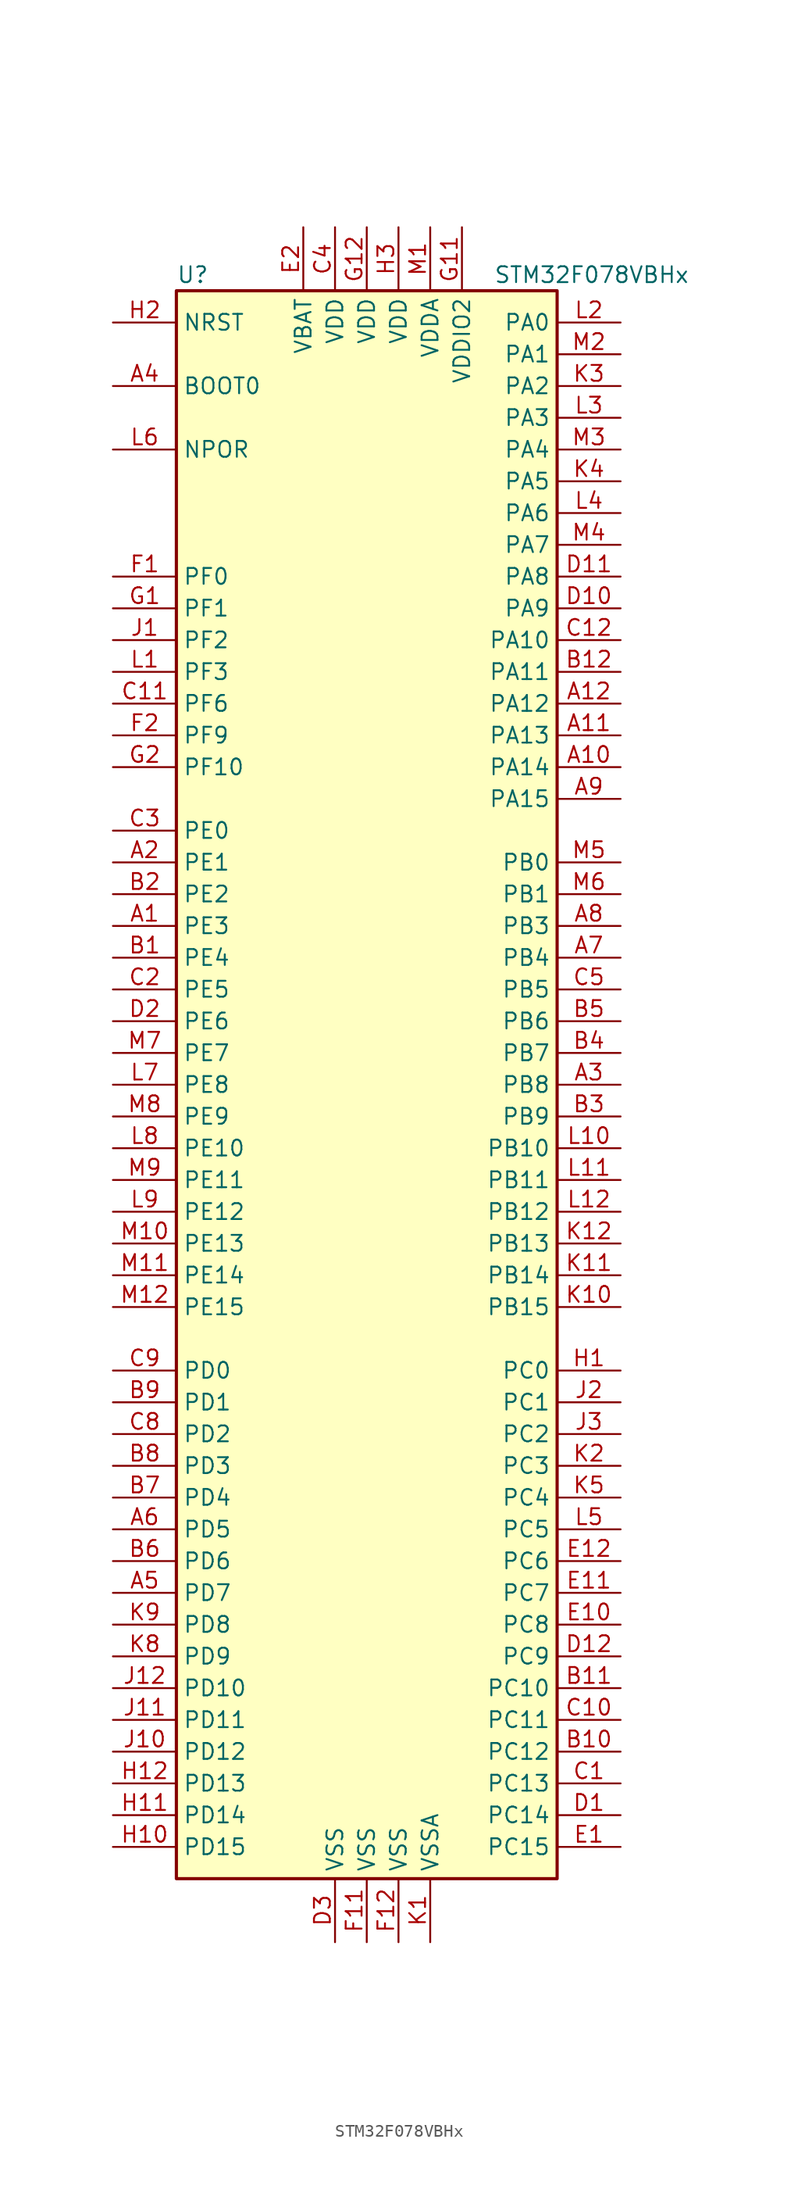
<source format=kicad_sym>
(kicad_symbol_lib
  (version 20201005)
  (generator kicad_symbol_editor)
  (symbol "STM32F078VBHx"
    (property "Reference" "U"
      (at -15.24 64.77 0)
      (effects (font (size 1.27 1.27)) (justify left)))
    (property "Value" "STM32F078VBHx"
      (at 10.16 64.77 0)
      (effects (font (size 1.27 1.27)) (justify left)))
    (symbol "STM32F078VBHx_0_1"
      (rectangle (start -15.24 -63.5) (end 15.24 63.5) (stroke (width 0.254)) (fill (type background))))
    (symbol "STM32F078VBHx_1_1"
      (pin bidirectional line (at -20.32 12.7 0) (length 5.08) (name "PE3" (effects (font (size 1.27 1.27)))) (number "A1" (effects (font (size 1.27 1.27)))))
      (pin bidirectional line (at 20.32 25.4 180) (length 5.08) (name "PA14" (effects (font (size 1.27 1.27)))) (number "A10" (effects (font (size 1.27 1.27)))))
      (pin bidirectional line (at 20.32 27.94 180) (length 5.08) (name "PA13" (effects (font (size 1.27 1.27)))) (number "A11" (effects (font (size 1.27 1.27)))))
      (pin bidirectional line (at 20.32 30.48 180) (length 5.08) (name "PA12" (effects (font (size 1.27 1.27)))) (number "A12" (effects (font (size 1.27 1.27)))))
      (pin bidirectional line (at -20.32 17.78 0) (length 5.08) (name "PE1" (effects (font (size 1.27 1.27)))) (number "A2" (effects (font (size 1.27 1.27)))))
      (pin bidirectional line (at 20.32 0 180) (length 5.08) (name "PB8" (effects (font (size 1.27 1.27)))) (number "A3" (effects (font (size 1.27 1.27)))))
      (pin input line (at -20.32 55.88 0) (length 5.08) (name "BOOT0" (effects (font (size 1.27 1.27)))) (number "A4" (effects (font (size 1.27 1.27)))))
      (pin bidirectional line (at -20.32 -40.64 0) (length 5.08) (name "PD7" (effects (font (size 1.27 1.27)))) (number "A5" (effects (font (size 1.27 1.27)))))
      (pin bidirectional line (at -20.32 -35.56 0) (length 5.08) (name "PD5" (effects (font (size 1.27 1.27)))) (number "A6" (effects (font (size 1.27 1.27)))))
      (pin bidirectional line (at 20.32 10.16 180) (length 5.08) (name "PB4" (effects (font (size 1.27 1.27)))) (number "A7" (effects (font (size 1.27 1.27)))))
      (pin bidirectional line (at 20.32 12.7 180) (length 5.08) (name "PB3" (effects (font (size 1.27 1.27)))) (number "A8" (effects (font (size 1.27 1.27)))))
      (pin bidirectional line (at 20.32 22.86 180) (length 5.08) (name "PA15" (effects (font (size 1.27 1.27)))) (number "A9" (effects (font (size 1.27 1.27)))))
      (pin bidirectional line (at -20.32 10.16 0) (length 5.08) (name "PE4" (effects (font (size 1.27 1.27)))) (number "B1" (effects (font (size 1.27 1.27)))))
      (pin bidirectional line (at 20.32 -53.34 180) (length 5.08) (name "PC12" (effects (font (size 1.27 1.27)))) (number "B10" (effects (font (size 1.27 1.27)))))
      (pin bidirectional line (at 20.32 -48.26 180) (length 5.08) (name "PC10" (effects (font (size 1.27 1.27)))) (number "B11" (effects (font (size 1.27 1.27)))))
      (pin bidirectional line (at 20.32 33.02 180) (length 5.08) (name "PA11" (effects (font (size 1.27 1.27)))) (number "B12" (effects (font (size 1.27 1.27)))))
      (pin bidirectional line (at -20.32 15.24 0) (length 5.08) (name "PE2" (effects (font (size 1.27 1.27)))) (number "B2" (effects (font (size 1.27 1.27)))))
      (pin bidirectional line (at 20.32 -2.54 180) (length 5.08) (name "PB9" (effects (font (size 1.27 1.27)))) (number "B3" (effects (font (size 1.27 1.27)))))
      (pin bidirectional line (at 20.32 2.54 180) (length 5.08) (name "PB7" (effects (font (size 1.27 1.27)))) (number "B4" (effects (font (size 1.27 1.27)))))
      (pin bidirectional line (at 20.32 5.08 180) (length 5.08) (name "PB6" (effects (font (size 1.27 1.27)))) (number "B5" (effects (font (size 1.27 1.27)))))
      (pin bidirectional line (at -20.32 -38.1 0) (length 5.08) (name "PD6" (effects (font (size 1.27 1.27)))) (number "B6" (effects (font (size 1.27 1.27)))))
      (pin bidirectional line (at -20.32 -33.02 0) (length 5.08) (name "PD4" (effects (font (size 1.27 1.27)))) (number "B7" (effects (font (size 1.27 1.27)))))
      (pin bidirectional line (at -20.32 -30.48 0) (length 5.08) (name "PD3" (effects (font (size 1.27 1.27)))) (number "B8" (effects (font (size 1.27 1.27)))))
      (pin bidirectional line (at -20.32 -25.4 0) (length 5.08) (name "PD1" (effects (font (size 1.27 1.27)))) (number "B9" (effects (font (size 1.27 1.27)))))
      (pin bidirectional line (at 20.32 -55.88 180) (length 5.08) (name "PC13" (effects (font (size 1.27 1.27)))) (number "C1" (effects (font (size 1.27 1.27)))))
      (pin bidirectional line (at 20.32 -50.8 180) (length 5.08) (name "PC11" (effects (font (size 1.27 1.27)))) (number "C10" (effects (font (size 1.27 1.27)))))
      (pin bidirectional line (at -20.32 30.48 0) (length 5.08) (name "PF6" (effects (font (size 1.27 1.27)))) (number "C11" (effects (font (size 1.27 1.27)))))
      (pin bidirectional line (at 20.32 35.56 180) (length 5.08) (name "PA10" (effects (font (size 1.27 1.27)))) (number "C12" (effects (font (size 1.27 1.27)))))
      (pin bidirectional line (at -20.32 7.62 0) (length 5.08) (name "PE5" (effects (font (size 1.27 1.27)))) (number "C2" (effects (font (size 1.27 1.27)))))
      (pin bidirectional line (at -20.32 20.32 0) (length 5.08) (name "PE0" (effects (font (size 1.27 1.27)))) (number "C3" (effects (font (size 1.27 1.27)))))
      (pin power_in line (at -2.54 68.58 270) (length 5.08) (name "VDD" (effects (font (size 1.27 1.27)))) (number "C4" (effects (font (size 1.27 1.27)))))
      (pin bidirectional line (at 20.32 7.62 180) (length 5.08) (name "PB5" (effects (font (size 1.27 1.27)))) (number "C5" (effects (font (size 1.27 1.27)))))
      (pin bidirectional line (at -20.32 -27.94 0) (length 5.08) (name "PD2" (effects (font (size 1.27 1.27)))) (number "C8" (effects (font (size 1.27 1.27)))))
      (pin bidirectional line (at -20.32 -22.86 0) (length 5.08) (name "PD0" (effects (font (size 1.27 1.27)))) (number "C9" (effects (font (size 1.27 1.27)))))
      (pin bidirectional line (at 20.32 -58.42 180) (length 5.08) (name "PC14" (effects (font (size 1.27 1.27)))) (number "D1" (effects (font (size 1.27 1.27)))))
      (pin bidirectional line (at 20.32 38.1 180) (length 5.08) (name "PA9" (effects (font (size 1.27 1.27)))) (number "D10" (effects (font (size 1.27 1.27)))))
      (pin bidirectional line (at 20.32 40.64 180) (length 5.08) (name "PA8" (effects (font (size 1.27 1.27)))) (number "D11" (effects (font (size 1.27 1.27)))))
      (pin bidirectional line (at 20.32 -45.72 180) (length 5.08) (name "PC9" (effects (font (size 1.27 1.27)))) (number "D12" (effects (font (size 1.27 1.27)))))
      (pin bidirectional line (at -20.32 5.08 0) (length 5.08) (name "PE6" (effects (font (size 1.27 1.27)))) (number "D2" (effects (font (size 1.27 1.27)))))
      (pin power_in line (at -2.54 -68.58 90) (length 5.08) (name "VSS" (effects (font (size 1.27 1.27)))) (number "D3" (effects (font (size 1.27 1.27)))))
      (pin bidirectional line (at 20.32 -60.96 180) (length 5.08) (name "PC15" (effects (font (size 1.27 1.27)))) (number "E1" (effects (font (size 1.27 1.27)))))
      (pin bidirectional line (at 20.32 -43.18 180) (length 5.08) (name "PC8" (effects (font (size 1.27 1.27)))) (number "E10" (effects (font (size 1.27 1.27)))))
      (pin bidirectional line (at 20.32 -40.64 180) (length 5.08) (name "PC7" (effects (font (size 1.27 1.27)))) (number "E11" (effects (font (size 1.27 1.27)))))
      (pin bidirectional line (at 20.32 -38.1 180) (length 5.08) (name "PC6" (effects (font (size 1.27 1.27)))) (number "E12" (effects (font (size 1.27 1.27)))))
      (pin power_in line (at -5.08 68.58 270) (length 5.08) (name "VBAT" (effects (font (size 1.27 1.27)))) (number "E2" (effects (font (size 1.27 1.27)))))
      (pin no_connect line (at -15.24 -60.96 0) (length 5.08) hide (name "NC" (effects (font (size 1.27 1.27)))) (number "E3" (effects (font (size 1.27 1.27)))))
      (pin input line (at -20.32 40.64 0) (length 5.08) (name "PF0" (effects (font (size 1.27 1.27)))) (number "F1" (effects (font (size 1.27 1.27)))))
      (pin power_in line (at 0 -68.58 90) (length 5.08) (name "VSS" (effects (font (size 1.27 1.27)))) (number "F11" (effects (font (size 1.27 1.27)))))
      (pin power_in line (at 2.54 -68.58 90) (length 5.08) (name "VSS" (effects (font (size 1.27 1.27)))) (number "F12" (effects (font (size 1.27 1.27)))))
      (pin bidirectional line (at -20.32 27.94 0) (length 5.08) (name "PF9" (effects (font (size 1.27 1.27)))) (number "F2" (effects (font (size 1.27 1.27)))))
      (pin input line (at -20.32 38.1 0) (length 5.08) (name "PF1" (effects (font (size 1.27 1.27)))) (number "G1" (effects (font (size 1.27 1.27)))))
      (pin power_in line (at 7.62 68.58 270) (length 5.08) (name "VDDIO2" (effects (font (size 1.27 1.27)))) (number "G11" (effects (font (size 1.27 1.27)))))
      (pin power_in line (at 0 68.58 270) (length 5.08) (name "VDD" (effects (font (size 1.27 1.27)))) (number "G12" (effects (font (size 1.27 1.27)))))
      (pin bidirectional line (at -20.32 25.4 0) (length 5.08) (name "PF10" (effects (font (size 1.27 1.27)))) (number "G2" (effects (font (size 1.27 1.27)))))
      (pin bidirectional line (at 20.32 -22.86 180) (length 5.08) (name "PC0" (effects (font (size 1.27 1.27)))) (number "H1" (effects (font (size 1.27 1.27)))))
      (pin bidirectional line (at -20.32 -60.96 0) (length 5.08) (name "PD15" (effects (font (size 1.27 1.27)))) (number "H10" (effects (font (size 1.27 1.27)))))
      (pin bidirectional line (at -20.32 -58.42 0) (length 5.08) (name "PD14" (effects (font (size 1.27 1.27)))) (number "H11" (effects (font (size 1.27 1.27)))))
      (pin bidirectional line (at -20.32 -55.88 0) (length 5.08) (name "PD13" (effects (font (size 1.27 1.27)))) (number "H12" (effects (font (size 1.27 1.27)))))
      (pin input line (at -20.32 60.96 0) (length 5.08) (name "NRST" (effects (font (size 1.27 1.27)))) (number "H2" (effects (font (size 1.27 1.27)))))
      (pin power_in line (at 2.54 68.58 270) (length 5.08) (name "VDD" (effects (font (size 1.27 1.27)))) (number "H3" (effects (font (size 1.27 1.27)))))
      (pin bidirectional line (at -20.32 35.56 0) (length 5.08) (name "PF2" (effects (font (size 1.27 1.27)))) (number "J1" (effects (font (size 1.27 1.27)))))
      (pin bidirectional line (at -20.32 -53.34 0) (length 5.08) (name "PD12" (effects (font (size 1.27 1.27)))) (number "J10" (effects (font (size 1.27 1.27)))))
      (pin bidirectional line (at -20.32 -50.8 0) (length 5.08) (name "PD11" (effects (font (size 1.27 1.27)))) (number "J11" (effects (font (size 1.27 1.27)))))
      (pin bidirectional line (at -20.32 -48.26 0) (length 5.08) (name "PD10" (effects (font (size 1.27 1.27)))) (number "J12" (effects (font (size 1.27 1.27)))))
      (pin bidirectional line (at 20.32 -25.4 180) (length 5.08) (name "PC1" (effects (font (size 1.27 1.27)))) (number "J2" (effects (font (size 1.27 1.27)))))
      (pin bidirectional line (at 20.32 -27.94 180) (length 5.08) (name "PC2" (effects (font (size 1.27 1.27)))) (number "J3" (effects (font (size 1.27 1.27)))))
      (pin power_in line (at 5.08 -68.58 90) (length 5.08) (name "VSSA" (effects (font (size 1.27 1.27)))) (number "K1" (effects (font (size 1.27 1.27)))))
      (pin bidirectional line (at 20.32 -17.78 180) (length 5.08) (name "PB15" (effects (font (size 1.27 1.27)))) (number "K10" (effects (font (size 1.27 1.27)))))
      (pin bidirectional line (at 20.32 -15.24 180) (length 5.08) (name "PB14" (effects (font (size 1.27 1.27)))) (number "K11" (effects (font (size 1.27 1.27)))))
      (pin bidirectional line (at 20.32 -12.7 180) (length 5.08) (name "PB13" (effects (font (size 1.27 1.27)))) (number "K12" (effects (font (size 1.27 1.27)))))
      (pin bidirectional line (at 20.32 -30.48 180) (length 5.08) (name "PC3" (effects (font (size 1.27 1.27)))) (number "K2" (effects (font (size 1.27 1.27)))))
      (pin bidirectional line (at 20.32 55.88 180) (length 5.08) (name "PA2" (effects (font (size 1.27 1.27)))) (number "K3" (effects (font (size 1.27 1.27)))))
      (pin bidirectional line (at 20.32 48.26 180) (length 5.08) (name "PA5" (effects (font (size 1.27 1.27)))) (number "K4" (effects (font (size 1.27 1.27)))))
      (pin bidirectional line (at 20.32 -33.02 180) (length 5.08) (name "PC4" (effects (font (size 1.27 1.27)))) (number "K5" (effects (font (size 1.27 1.27)))))
      (pin bidirectional line (at -20.32 -45.72 0) (length 5.08) (name "PD9" (effects (font (size 1.27 1.27)))) (number "K8" (effects (font (size 1.27 1.27)))))
      (pin bidirectional line (at -20.32 -43.18 0) (length 5.08) (name "PD8" (effects (font (size 1.27 1.27)))) (number "K9" (effects (font (size 1.27 1.27)))))
      (pin bidirectional line (at -20.32 33.02 0) (length 5.08) (name "PF3" (effects (font (size 1.27 1.27)))) (number "L1" (effects (font (size 1.27 1.27)))))
      (pin bidirectional line (at 20.32 -5.08 180) (length 5.08) (name "PB10" (effects (font (size 1.27 1.27)))) (number "L10" (effects (font (size 1.27 1.27)))))
      (pin bidirectional line (at 20.32 -7.62 180) (length 5.08) (name "PB11" (effects (font (size 1.27 1.27)))) (number "L11" (effects (font (size 1.27 1.27)))))
      (pin bidirectional line (at 20.32 -10.16 180) (length 5.08) (name "PB12" (effects (font (size 1.27 1.27)))) (number "L12" (effects (font (size 1.27 1.27)))))
      (pin bidirectional line (at 20.32 60.96 180) (length 5.08) (name "PA0" (effects (font (size 1.27 1.27)))) (number "L2" (effects (font (size 1.27 1.27)))))
      (pin bidirectional line (at 20.32 53.34 180) (length 5.08) (name "PA3" (effects (font (size 1.27 1.27)))) (number "L3" (effects (font (size 1.27 1.27)))))
      (pin bidirectional line (at 20.32 45.72 180) (length 5.08) (name "PA6" (effects (font (size 1.27 1.27)))) (number "L4" (effects (font (size 1.27 1.27)))))
      (pin bidirectional line (at 20.32 -35.56 180) (length 5.08) (name "PC5" (effects (font (size 1.27 1.27)))) (number "L5" (effects (font (size 1.27 1.27)))))
      (pin power_in line (at -20.32 50.8 0) (length 5.08) (name "NPOR" (effects (font (size 1.27 1.27)))) (number "L6" (effects (font (size 1.27 1.27)))))
      (pin bidirectional line (at -20.32 0 0) (length 5.08) (name "PE8" (effects (font (size 1.27 1.27)))) (number "L7" (effects (font (size 1.27 1.27)))))
      (pin bidirectional line (at -20.32 -5.08 0) (length 5.08) (name "PE10" (effects (font (size 1.27 1.27)))) (number "L8" (effects (font (size 1.27 1.27)))))
      (pin bidirectional line (at -20.32 -10.16 0) (length 5.08) (name "PE12" (effects (font (size 1.27 1.27)))) (number "L9" (effects (font (size 1.27 1.27)))))
      (pin power_in line (at 5.08 68.58 270) (length 5.08) (name "VDDA" (effects (font (size 1.27 1.27)))) (number "M1" (effects (font (size 1.27 1.27)))))
      (pin bidirectional line (at -20.32 -12.7 0) (length 5.08) (name "PE13" (effects (font (size 1.27 1.27)))) (number "M10" (effects (font (size 1.27 1.27)))))
      (pin bidirectional line (at -20.32 -15.24 0) (length 5.08) (name "PE14" (effects (font (size 1.27 1.27)))) (number "M11" (effects (font (size 1.27 1.27)))))
      (pin bidirectional line (at -20.32 -17.78 0) (length 5.08) (name "PE15" (effects (font (size 1.27 1.27)))) (number "M12" (effects (font (size 1.27 1.27)))))
      (pin bidirectional line (at 20.32 58.42 180) (length 5.08) (name "PA1" (effects (font (size 1.27 1.27)))) (number "M2" (effects (font (size 1.27 1.27)))))
      (pin bidirectional line (at 20.32 50.8 180) (length 5.08) (name "PA4" (effects (font (size 1.27 1.27)))) (number "M3" (effects (font (size 1.27 1.27)))))
      (pin bidirectional line (at 20.32 43.18 180) (length 5.08) (name "PA7" (effects (font (size 1.27 1.27)))) (number "M4" (effects (font (size 1.27 1.27)))))
      (pin bidirectional line (at 20.32 17.78 180) (length 5.08) (name "PB0" (effects (font (size 1.27 1.27)))) (number "M5" (effects (font (size 1.27 1.27)))))
      (pin bidirectional line (at 20.32 15.24 180) (length 5.08) (name "PB1" (effects (font (size 1.27 1.27)))) (number "M6" (effects (font (size 1.27 1.27)))))
      (pin bidirectional line (at -20.32 2.54 0) (length 5.08) (name "PE7" (effects (font (size 1.27 1.27)))) (number "M7" (effects (font (size 1.27 1.27)))))
      (pin bidirectional line (at -20.32 -2.54 0) (length 5.08) (name "PE9" (effects (font (size 1.27 1.27)))) (number "M8" (effects (font (size 1.27 1.27)))))
      (pin bidirectional line (at -20.32 -7.62 0) (length 5.08) (name "PE11" (effects (font (size 1.27 1.27)))) (number "M9" (effects (font (size 1.27 1.27))))))))
</source>
